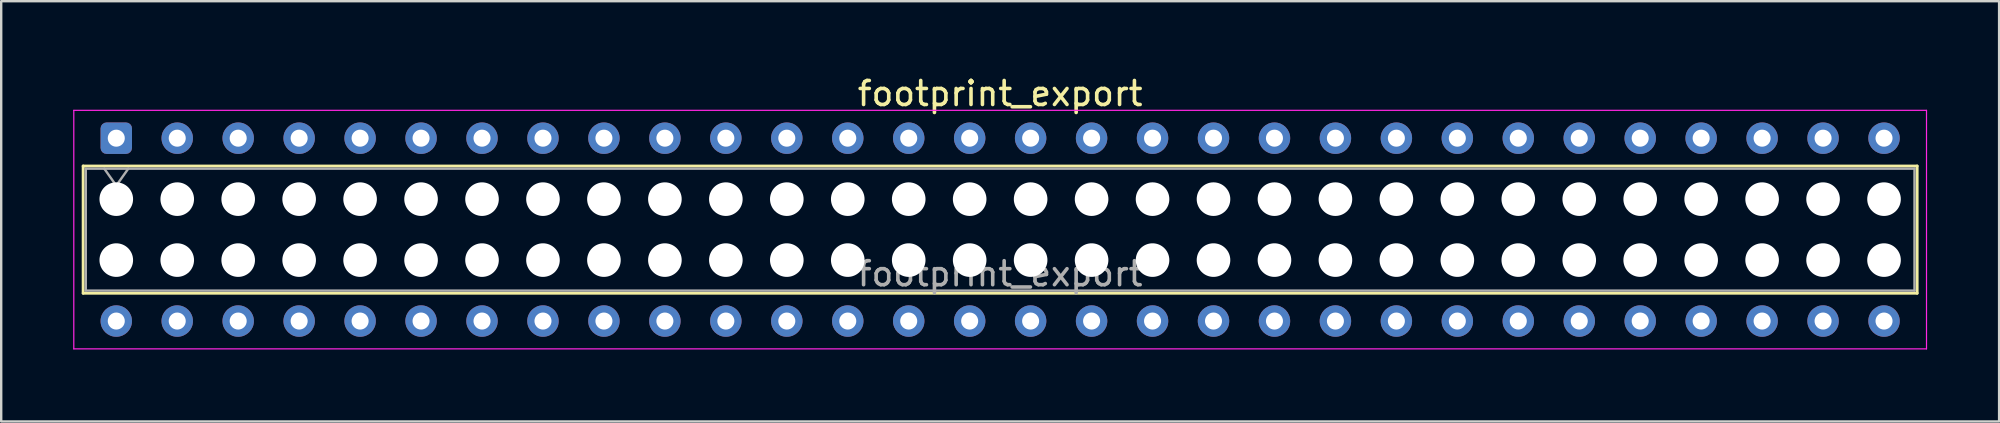
<source format=kicad_pcb>
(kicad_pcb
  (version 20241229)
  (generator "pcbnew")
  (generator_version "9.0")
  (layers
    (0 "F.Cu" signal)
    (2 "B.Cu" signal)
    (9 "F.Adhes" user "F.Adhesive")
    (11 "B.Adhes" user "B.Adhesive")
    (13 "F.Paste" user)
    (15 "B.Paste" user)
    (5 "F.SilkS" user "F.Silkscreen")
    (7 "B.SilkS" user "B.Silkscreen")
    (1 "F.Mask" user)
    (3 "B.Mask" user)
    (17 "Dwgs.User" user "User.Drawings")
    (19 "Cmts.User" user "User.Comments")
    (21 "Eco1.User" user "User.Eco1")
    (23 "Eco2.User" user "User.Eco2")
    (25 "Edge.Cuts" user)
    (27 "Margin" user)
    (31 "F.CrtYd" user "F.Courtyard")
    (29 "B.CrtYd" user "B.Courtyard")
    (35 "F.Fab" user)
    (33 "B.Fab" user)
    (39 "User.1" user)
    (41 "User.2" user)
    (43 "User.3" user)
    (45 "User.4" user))
  (footprint "footprint_export"
    (layer "F.Cu")
    (at 1.795 2.708)
    (property "Reference" "footprint_export" (at 36.83 -1.86 0) (layer "F.SilkS") (effects (font (size 1 1) (thickness 0.15))))
    (attr through_hole)
    (fp_line (start -1.38 1.16) (end 75.04 1.16) (stroke (width 0.12) (type solid)) (layer "F.SilkS"))
    (fp_line (start -1.38 6.46) (end -1.38 1.16) (stroke (width 0.12) (type solid)) (layer "F.SilkS"))
    (fp_line (start 75.04 1.16) (end 75.04 6.46) (stroke (width 0.12) (type solid)) (layer "F.SilkS"))
    (fp_line (start 75.04 6.46) (end -1.38 6.46) (stroke (width 0.12) (type solid)) (layer "F.SilkS"))
    (fp_line (start -1.77 -1.16) (end 75.43 -1.16) (stroke (width 0.05) (type solid)) (layer "F.CrtYd"))
    (fp_line (start -1.77 8.78) (end -1.77 -1.16) (stroke (width 0.05) (type solid)) (layer "F.CrtYd"))
    (fp_line (start 75.43 -1.16) (end 75.43 8.78) (stroke (width 0.05) (type solid)) (layer "F.CrtYd"))
    (fp_line (start 75.43 8.78) (end -1.77 8.78) (stroke (width 0.05) (type solid)) (layer "F.CrtYd"))
    (fp_line (start -1.27 1.27) (end 74.93 1.27) (stroke (width 0.1) (type solid)) (layer "F.Fab"))
    (fp_line (start -1.27 6.35) (end -1.27 1.27) (stroke (width 0.1) (type solid)) (layer "F.Fab"))
    (fp_line (start -0.5 1.27) (end 0 1.977) (stroke (width 0.1) (type solid)) (layer "F.Fab"))
    (fp_line (start 0 1.977) (end 0.5 1.27) (stroke (width 0.1) (type solid)) (layer "F.Fab"))
    (fp_line (start 74.93 1.27) (end 74.93 6.35) (stroke (width 0.1) (type solid)) (layer "F.Fab"))
    (fp_line (start 74.93 6.35) (end -1.27 6.35) (stroke (width 0.1) (type solid)) (layer "F.Fab"))
    (fp_text user "${REFERENCE}" (at 36.83 5.65 0) (layer "F.Fab") (effects (font (size 1 1) (thickness 0.15))))
    (pad "" np_thru_hole circle (at 0 2.54) (size 1.4 1.4) (drill 1.4) (layers "*.Cu" "*.Mask"))
    (pad "" np_thru_hole circle (at 0 5.08) (size 1.4 1.4) (drill 1.4) (layers "*.Cu" "*.Mask"))
    (pad "" np_thru_hole circle (at 2.54 2.54) (size 1.4 1.4) (drill 1.4) (layers "*.Cu" "*.Mask"))
    (pad "" np_thru_hole circle (at 2.54 5.08) (size 1.4 1.4) (drill 1.4) (layers "*.Cu" "*.Mask"))
    (pad "" np_thru_hole circle (at 5.08 2.54) (size 1.4 1.4) (drill 1.4) (layers "*.Cu" "*.Mask"))
    (pad "" np_thru_hole circle (at 5.08 5.08) (size 1.4 1.4) (drill 1.4) (layers "*.Cu" "*.Mask"))
    (pad "" np_thru_hole circle (at 7.62 2.54) (size 1.4 1.4) (drill 1.4) (layers "*.Cu" "*.Mask"))
    (pad "" np_thru_hole circle (at 7.62 5.08) (size 1.4 1.4) (drill 1.4) (layers "*.Cu" "*.Mask"))
    (pad "" np_thru_hole circle (at 10.16 2.54) (size 1.4 1.4) (drill 1.4) (layers "*.Cu" "*.Mask"))
    (pad "" np_thru_hole circle (at 10.16 5.08) (size 1.4 1.4) (drill 1.4) (layers "*.Cu" "*.Mask"))
    (pad "" np_thru_hole circle (at 12.7 2.54) (size 1.4 1.4) (drill 1.4) (layers "*.Cu" "*.Mask"))
    (pad "" np_thru_hole circle (at 12.7 5.08) (size 1.4 1.4) (drill 1.4) (layers "*.Cu" "*.Mask"))
    (pad "" np_thru_hole circle (at 15.24 2.54) (size 1.4 1.4) (drill 1.4) (layers "*.Cu" "*.Mask"))
    (pad "" np_thru_hole circle (at 15.24 5.08) (size 1.4 1.4) (drill 1.4) (layers "*.Cu" "*.Mask"))
    (pad "" np_thru_hole circle (at 17.78 2.54) (size 1.4 1.4) (drill 1.4) (layers "*.Cu" "*.Mask"))
    (pad "" np_thru_hole circle (at 17.78 5.08) (size 1.4 1.4) (drill 1.4) (layers "*.Cu" "*.Mask"))
    (pad "" np_thru_hole circle (at 20.32 2.54) (size 1.4 1.4) (drill 1.4) (layers "*.Cu" "*.Mask"))
    (pad "" np_thru_hole circle (at 20.32 5.08) (size 1.4 1.4) (drill 1.4) (layers "*.Cu" "*.Mask"))
    (pad "" np_thru_hole circle (at 22.86 2.54) (size 1.4 1.4) (drill 1.4) (layers "*.Cu" "*.Mask"))
    (pad "" np_thru_hole circle (at 22.86 5.08) (size 1.4 1.4) (drill 1.4) (layers "*.Cu" "*.Mask"))
    (pad "" np_thru_hole circle (at 25.4 2.54) (size 1.4 1.4) (drill 1.4) (layers "*.Cu" "*.Mask"))
    (pad "" np_thru_hole circle (at 25.4 5.08) (size 1.4 1.4) (drill 1.4) (layers "*.Cu" "*.Mask"))
    (pad "" np_thru_hole circle (at 27.94 2.54) (size 1.4 1.4) (drill 1.4) (layers "*.Cu" "*.Mask"))
    (pad "" np_thru_hole circle (at 27.94 5.08) (size 1.4 1.4) (drill 1.4) (layers "*.Cu" "*.Mask"))
    (pad "" np_thru_hole circle (at 30.48 2.54) (size 1.4 1.4) (drill 1.4) (layers "*.Cu" "*.Mask"))
    (pad "" np_thru_hole circle (at 30.48 5.08) (size 1.4 1.4) (drill 1.4) (layers "*.Cu" "*.Mask"))
    (pad "" np_thru_hole circle (at 33.02 2.54) (size 1.4 1.4) (drill 1.4) (layers "*.Cu" "*.Mask"))
    (pad "" np_thru_hole circle (at 33.02 5.08) (size 1.4 1.4) (drill 1.4) (layers "*.Cu" "*.Mask"))
    (pad "" np_thru_hole circle (at 35.56 2.54) (size 1.4 1.4) (drill 1.4) (layers "*.Cu" "*.Mask"))
    (pad "" np_thru_hole circle (at 35.56 5.08) (size 1.4 1.4) (drill 1.4) (layers "*.Cu" "*.Mask"))
    (pad "" np_thru_hole circle (at 38.1 2.54) (size 1.4 1.4) (drill 1.4) (layers "*.Cu" "*.Mask"))
    (pad "" np_thru_hole circle (at 38.1 5.08) (size 1.4 1.4) (drill 1.4) (layers "*.Cu" "*.Mask"))
    (pad "" np_thru_hole circle (at 40.64 2.54) (size 1.4 1.4) (drill 1.4) (layers "*.Cu" "*.Mask"))
    (pad "" np_thru_hole circle (at 40.64 5.08) (size 1.4 1.4) (drill 1.4) (layers "*.Cu" "*.Mask"))
    (pad "" np_thru_hole circle (at 43.18 2.54) (size 1.4 1.4) (drill 1.4) (layers "*.Cu" "*.Mask"))
    (pad "" np_thru_hole circle (at 43.18 5.08) (size 1.4 1.4) (drill 1.4) (layers "*.Cu" "*.Mask"))
    (pad "" np_thru_hole circle (at 45.72 2.54) (size 1.4 1.4) (drill 1.4) (layers "*.Cu" "*.Mask"))
    (pad "" np_thru_hole circle (at 45.72 5.08) (size 1.4 1.4) (drill 1.4) (layers "*.Cu" "*.Mask"))
    (pad "" np_thru_hole circle (at 48.26 2.54) (size 1.4 1.4) (drill 1.4) (layers "*.Cu" "*.Mask"))
    (pad "" np_thru_hole circle (at 48.26 5.08) (size 1.4 1.4) (drill 1.4) (layers "*.Cu" "*.Mask"))
    (pad "" np_thru_hole circle (at 50.8 2.54) (size 1.4 1.4) (drill 1.4) (layers "*.Cu" "*.Mask"))
    (pad "" np_thru_hole circle (at 50.8 5.08) (size 1.4 1.4) (drill 1.4) (layers "*.Cu" "*.Mask"))
    (pad "" np_thru_hole circle (at 53.34 2.54) (size 1.4 1.4) (drill 1.4) (layers "*.Cu" "*.Mask"))
    (pad "" np_thru_hole circle (at 53.34 5.08) (size 1.4 1.4) (drill 1.4) (layers "*.Cu" "*.Mask"))
    (pad "" np_thru_hole circle (at 55.88 2.54) (size 1.4 1.4) (drill 1.4) (layers "*.Cu" "*.Mask"))
    (pad "" np_thru_hole circle (at 55.88 5.08) (size 1.4 1.4) (drill 1.4) (layers "*.Cu" "*.Mask"))
    (pad "" np_thru_hole circle (at 58.42 2.54) (size 1.4 1.4) (drill 1.4) (layers "*.Cu" "*.Mask"))
    (pad "" np_thru_hole circle (at 58.42 5.08) (size 1.4 1.4) (drill 1.4) (layers "*.Cu" "*.Mask"))
    (pad "" np_thru_hole circle (at 60.96 2.54) (size 1.4 1.4) (drill 1.4) (layers "*.Cu" "*.Mask"))
    (pad "" np_thru_hole circle (at 60.96 5.08) (size 1.4 1.4) (drill 1.4) (layers "*.Cu" "*.Mask"))
    (pad "" np_thru_hole circle (at 63.5 2.54) (size 1.4 1.4) (drill 1.4) (layers "*.Cu" "*.Mask"))
    (pad "" np_thru_hole circle (at 63.5 5.08) (size 1.4 1.4) (drill 1.4) (layers "*.Cu" "*.Mask"))
    (pad "" np_thru_hole circle (at 66.04 2.54) (size 1.4 1.4) (drill 1.4) (layers "*.Cu" "*.Mask"))
    (pad "" np_thru_hole circle (at 66.04 5.08) (size 1.4 1.4) (drill 1.4) (layers "*.Cu" "*.Mask"))
    (pad "" np_thru_hole circle (at 68.58 2.54) (size 1.4 1.4) (drill 1.4) (layers "*.Cu" "*.Mask"))
    (pad "" np_thru_hole circle (at 68.58 5.08) (size 1.4 1.4) (drill 1.4) (layers "*.Cu" "*.Mask"))
    (pad "" np_thru_hole circle (at 71.12 2.54) (size 1.4 1.4) (drill 1.4) (layers "*.Cu" "*.Mask"))
    (pad "" np_thru_hole circle (at 71.12 5.08) (size 1.4 1.4) (drill 1.4) (layers "*.Cu" "*.Mask"))
    (pad "" np_thru_hole circle (at 73.66 2.54) (size 1.4 1.4) (drill 1.4) (layers "*.Cu" "*.Mask"))
    (pad "" np_thru_hole circle (at 73.66 5.08) (size 1.4 1.4) (drill 1.4) (layers "*.Cu" "*.Mask"))
    (pad "1" thru_hole roundrect (at 0 0) (size 1.31 1.31) (drill 0.71) (layers "*.Cu" "*.Mask") (roundrect_rratio 0.191))
    (pad "2" thru_hole circle (at 0 7.62) (size 1.31 1.31) (drill 0.71) (layers "*.Cu" "*.Mask"))
    (pad "3" thru_hole circle (at 2.54 0) (size 1.31 1.31) (drill 0.71) (layers "*.Cu" "*.Mask"))
    (pad "4" thru_hole circle (at 2.54 7.62) (size 1.31 1.31) (drill 0.71) (layers "*.Cu" "*.Mask"))
    (pad "5" thru_hole circle (at 5.08 0) (size 1.31 1.31) (drill 0.71) (layers "*.Cu" "*.Mask"))
    (pad "6" thru_hole circle (at 5.08 7.62) (size 1.31 1.31) (drill 0.71) (layers "*.Cu" "*.Mask"))
    (pad "7" thru_hole circle (at 7.62 0) (size 1.31 1.31) (drill 0.71) (layers "*.Cu" "*.Mask"))
    (pad "8" thru_hole circle (at 7.62 7.62) (size 1.31 1.31) (drill 0.71) (layers "*.Cu" "*.Mask"))
    (pad "9" thru_hole circle (at 10.16 0) (size 1.31 1.31) (drill 0.71) (layers "*.Cu" "*.Mask"))
    (pad "10" thru_hole circle (at 10.16 7.62) (size 1.31 1.31) (drill 0.71) (layers "*.Cu" "*.Mask"))
    (pad "11" thru_hole circle (at 12.7 0) (size 1.31 1.31) (drill 0.71) (layers "*.Cu" "*.Mask"))
    (pad "12" thru_hole circle (at 12.7 7.62) (size 1.31 1.31) (drill 0.71) (layers "*.Cu" "*.Mask"))
    (pad "13" thru_hole circle (at 15.24 0) (size 1.31 1.31) (drill 0.71) (layers "*.Cu" "*.Mask"))
    (pad "14" thru_hole circle (at 15.24 7.62) (size 1.31 1.31) (drill 0.71) (layers "*.Cu" "*.Mask"))
    (pad "15" thru_hole circle (at 17.78 0) (size 1.31 1.31) (drill 0.71) (layers "*.Cu" "*.Mask"))
    (pad "16" thru_hole circle (at 17.78 7.62) (size 1.31 1.31) (drill 0.71) (layers "*.Cu" "*.Mask"))
    (pad "17" thru_hole circle (at 20.32 0) (size 1.31 1.31) (drill 0.71) (layers "*.Cu" "*.Mask"))
    (pad "18" thru_hole circle (at 20.32 7.62) (size 1.31 1.31) (drill 0.71) (layers "*.Cu" "*.Mask"))
    (pad "19" thru_hole circle (at 22.86 0) (size 1.31 1.31) (drill 0.71) (layers "*.Cu" "*.Mask"))
    (pad "20" thru_hole circle (at 22.86 7.62) (size 1.31 1.31) (drill 0.71) (layers "*.Cu" "*.Mask"))
    (pad "21" thru_hole circle (at 25.4 0) (size 1.31 1.31) (drill 0.71) (layers "*.Cu" "*.Mask"))
    (pad "22" thru_hole circle (at 25.4 7.62) (size 1.31 1.31) (drill 0.71) (layers "*.Cu" "*.Mask"))
    (pad "23" thru_hole circle (at 27.94 0) (size 1.31 1.31) (drill 0.71) (layers "*.Cu" "*.Mask"))
    (pad "24" thru_hole circle (at 27.94 7.62) (size 1.31 1.31) (drill 0.71) (layers "*.Cu" "*.Mask"))
    (pad "25" thru_hole circle (at 30.48 0) (size 1.31 1.31) (drill 0.71) (layers "*.Cu" "*.Mask"))
    (pad "26" thru_hole circle (at 30.48 7.62) (size 1.31 1.31) (drill 0.71) (layers "*.Cu" "*.Mask"))
    (pad "27" thru_hole circle (at 33.02 0) (size 1.31 1.31) (drill 0.71) (layers "*.Cu" "*.Mask"))
    (pad "28" thru_hole circle (at 33.02 7.62) (size 1.31 1.31) (drill 0.71) (layers "*.Cu" "*.Mask"))
    (pad "29" thru_hole circle (at 35.56 0) (size 1.31 1.31) (drill 0.71) (layers "*.Cu" "*.Mask"))
    (pad "30" thru_hole circle (at 35.56 7.62) (size 1.31 1.31) (drill 0.71) (layers "*.Cu" "*.Mask"))
    (pad "31" thru_hole circle (at 38.1 0) (size 1.31 1.31) (drill 0.71) (layers "*.Cu" "*.Mask"))
    (pad "32" thru_hole circle (at 38.1 7.62) (size 1.31 1.31) (drill 0.71) (layers "*.Cu" "*.Mask"))
    (pad "33" thru_hole circle (at 40.64 0) (size 1.31 1.31) (drill 0.71) (layers "*.Cu" "*.Mask"))
    (pad "34" thru_hole circle (at 40.64 7.62) (size 1.31 1.31) (drill 0.71) (layers "*.Cu" "*.Mask"))
    (pad "35" thru_hole circle (at 43.18 0) (size 1.31 1.31) (drill 0.71) (layers "*.Cu" "*.Mask"))
    (pad "36" thru_hole circle (at 43.18 7.62) (size 1.31 1.31) (drill 0.71) (layers "*.Cu" "*.Mask"))
    (pad "37" thru_hole circle (at 45.72 0) (size 1.31 1.31) (drill 0.71) (layers "*.Cu" "*.Mask"))
    (pad "38" thru_hole circle (at 45.72 7.62) (size 1.31 1.31) (drill 0.71) (layers "*.Cu" "*.Mask"))
    (pad "39" thru_hole circle (at 48.26 0) (size 1.31 1.31) (drill 0.71) (layers "*.Cu" "*.Mask"))
    (pad "40" thru_hole circle (at 48.26 7.62) (size 1.31 1.31) (drill 0.71) (layers "*.Cu" "*.Mask"))
    (pad "41" thru_hole circle (at 50.8 0) (size 1.31 1.31) (drill 0.71) (layers "*.Cu" "*.Mask"))
    (pad "42" thru_hole circle (at 50.8 7.62) (size 1.31 1.31) (drill 0.71) (layers "*.Cu" "*.Mask"))
    (pad "43" thru_hole circle (at 53.34 0) (size 1.31 1.31) (drill 0.71) (layers "*.Cu" "*.Mask"))
    (pad "44" thru_hole circle (at 53.34 7.62) (size 1.31 1.31) (drill 0.71) (layers "*.Cu" "*.Mask"))
    (pad "45" thru_hole circle (at 55.88 0) (size 1.31 1.31) (drill 0.71) (layers "*.Cu" "*.Mask"))
    (pad "46" thru_hole circle (at 55.88 7.62) (size 1.31 1.31) (drill 0.71) (layers "*.Cu" "*.Mask"))
    (pad "47" thru_hole circle (at 58.42 0) (size 1.31 1.31) (drill 0.71) (layers "*.Cu" "*.Mask"))
    (pad "48" thru_hole circle (at 58.42 7.62) (size 1.31 1.31) (drill 0.71) (layers "*.Cu" "*.Mask"))
    (pad "49" thru_hole circle (at 60.96 0) (size 1.31 1.31) (drill 0.71) (layers "*.Cu" "*.Mask"))
    (pad "50" thru_hole circle (at 60.96 7.62) (size 1.31 1.31) (drill 0.71) (layers "*.Cu" "*.Mask"))
    (pad "51" thru_hole circle (at 63.5 0) (size 1.31 1.31) (drill 0.71) (layers "*.Cu" "*.Mask"))
    (pad "52" thru_hole circle (at 63.5 7.62) (size 1.31 1.31) (drill 0.71) (layers "*.Cu" "*.Mask"))
    (pad "53" thru_hole circle (at 66.04 0) (size 1.31 1.31) (drill 0.71) (layers "*.Cu" "*.Mask"))
    (pad "54" thru_hole circle (at 66.04 7.62) (size 1.31 1.31) (drill 0.71) (layers "*.Cu" "*.Mask"))
    (pad "55" thru_hole circle (at 68.58 0) (size 1.31 1.31) (drill 0.71) (layers "*.Cu" "*.Mask"))
    (pad "56" thru_hole circle (at 68.58 7.62) (size 1.31 1.31) (drill 0.71) (layers "*.Cu" "*.Mask"))
    (pad "57" thru_hole circle (at 71.12 0) (size 1.31 1.31) (drill 0.71) (layers "*.Cu" "*.Mask"))
    (pad "58" thru_hole circle (at 71.12 7.62) (size 1.31 1.31) (drill 0.71) (layers "*.Cu" "*.Mask"))
    (pad "59" thru_hole circle (at 73.66 0) (size 1.31 1.31) (drill 0.71) (layers "*.Cu" "*.Mask"))
    (pad "60" thru_hole circle (at 73.66 7.62) (size 1.31 1.31) (drill 0.71) (layers "*.Cu" "*.Mask")))
  (gr_rect
    (start -3 -3)
    (end 80.25 14.513)
    (stroke (width 0.1) (type default))
    (fill no)
    (layer "Edge.Cuts")))
</source>
